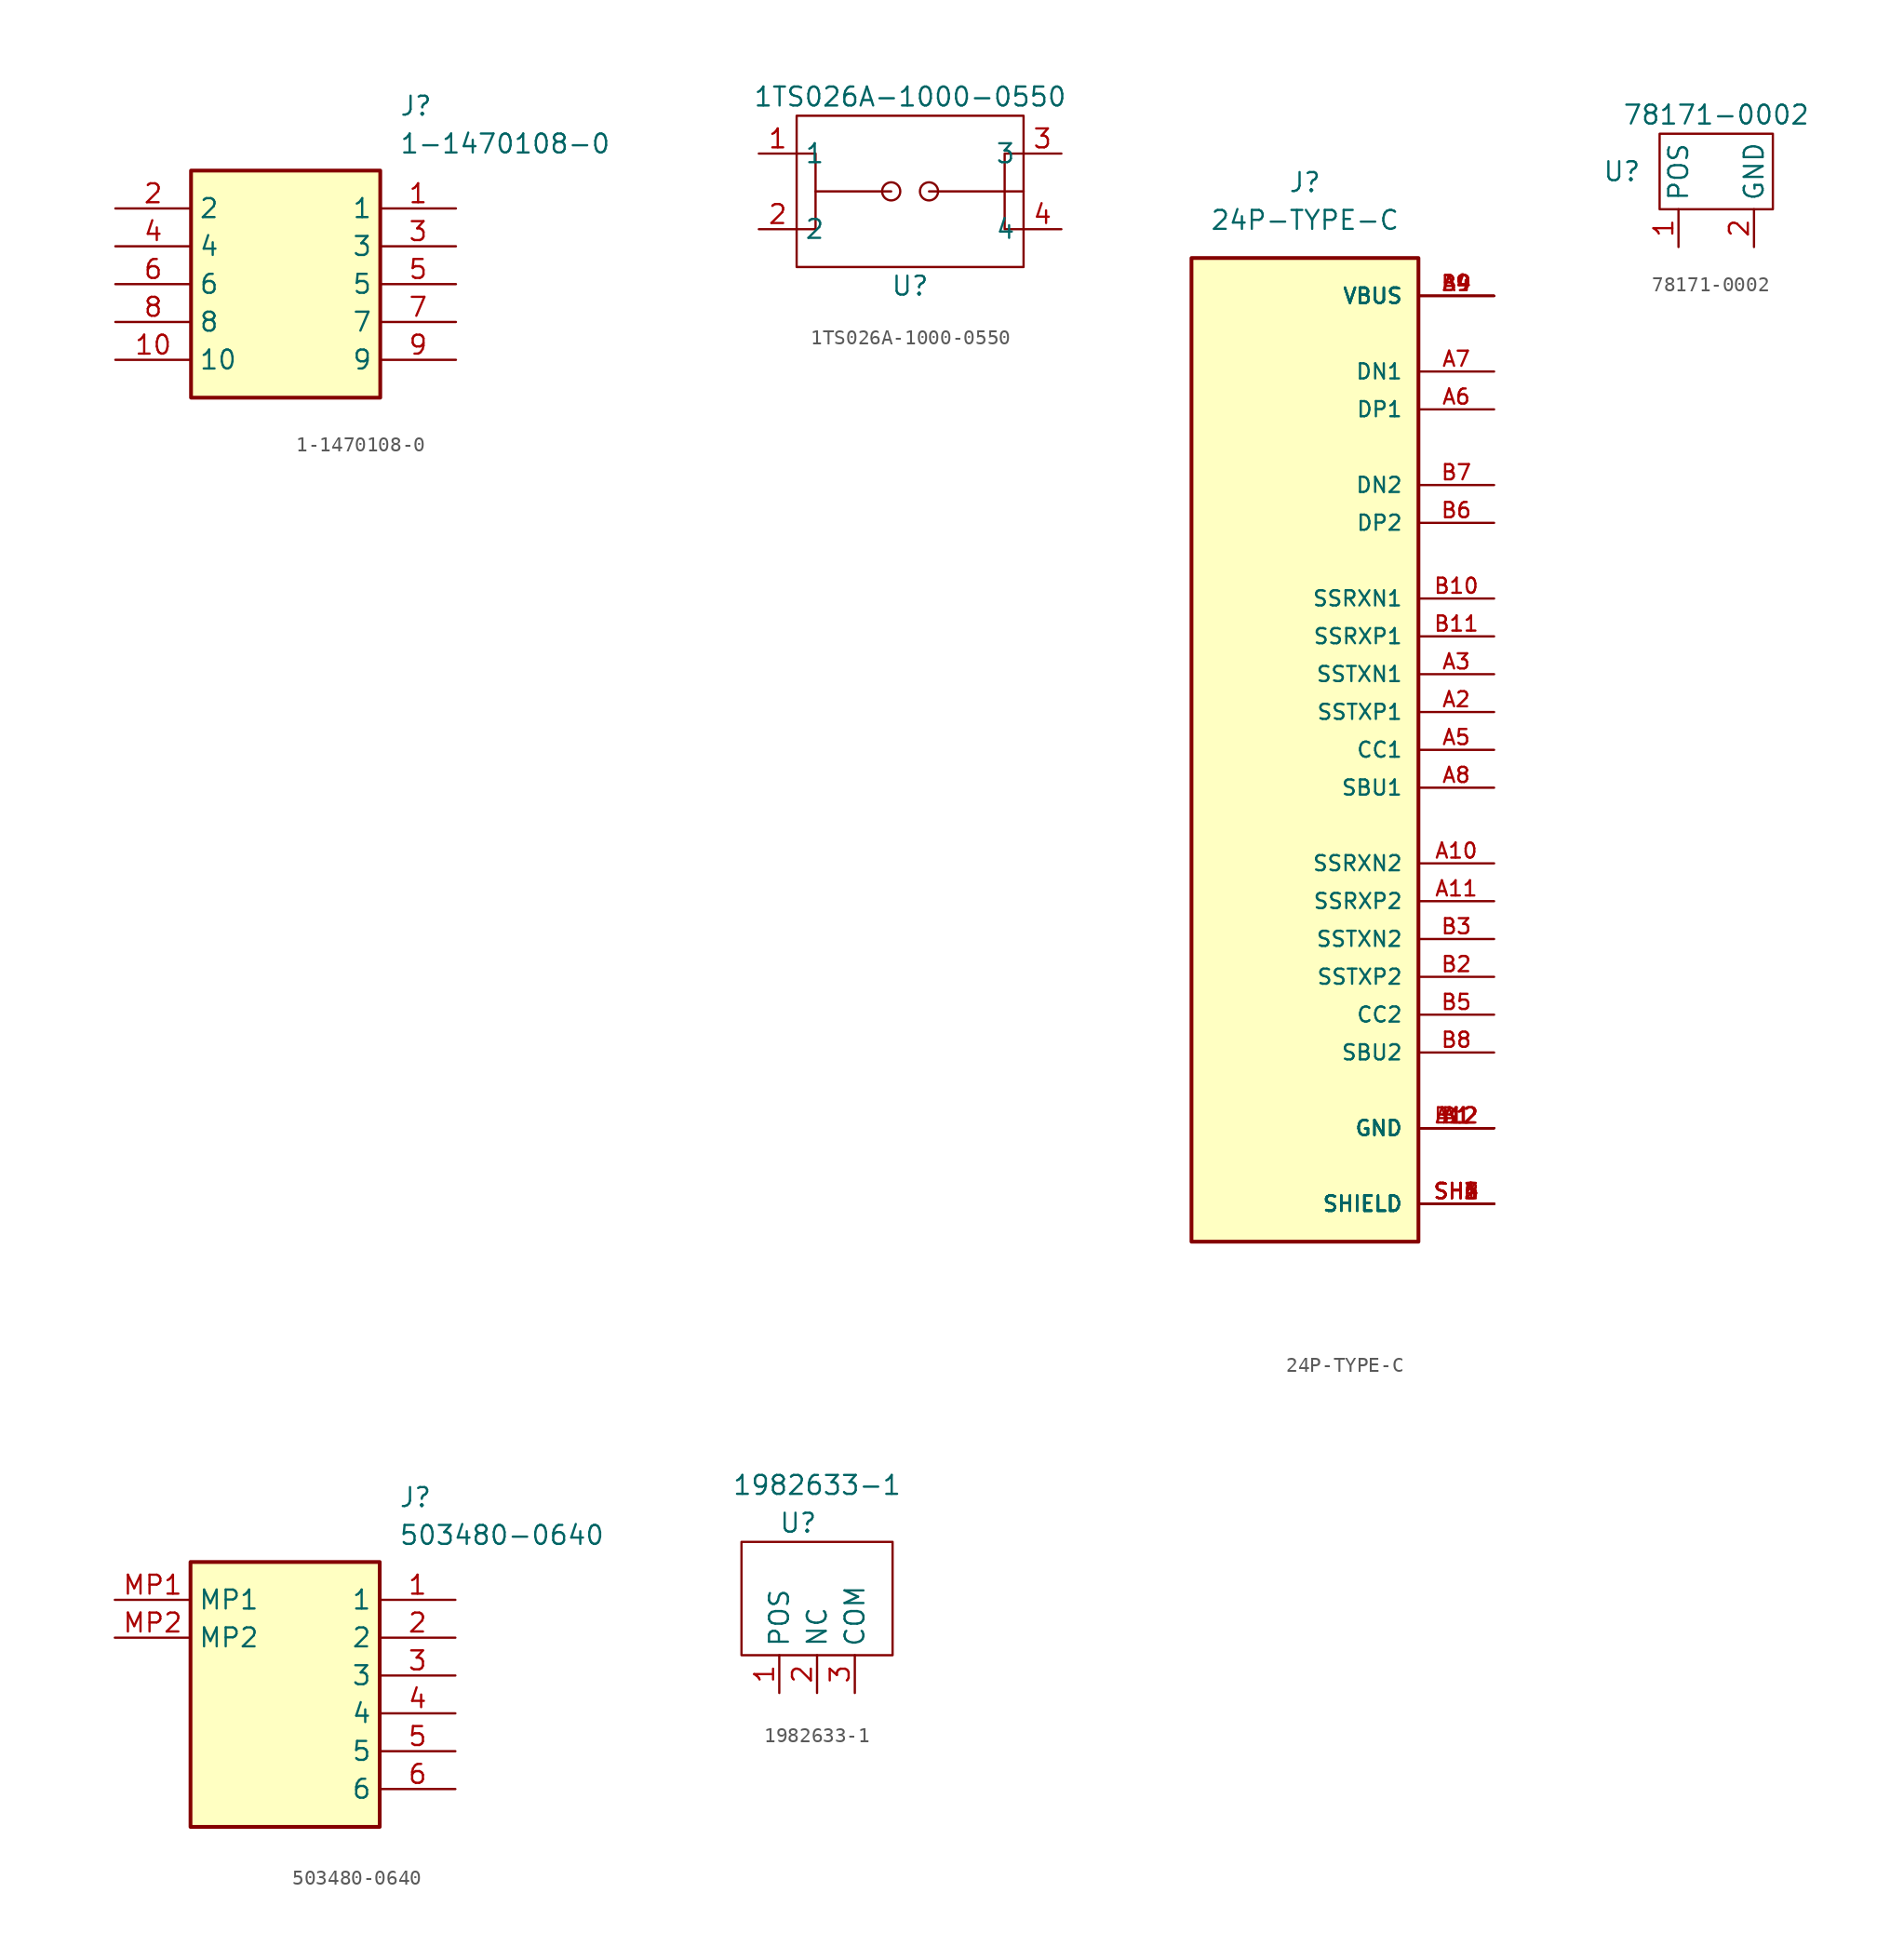
<source format=kicad_sym>
(kicad_symbol_lib
  (version 20241209)
  (generator "kicad_symbol_editor")
  (generator_version "9.0")
  (symbol "1-1470108-0"
    (property "Reference" "J"
      (at 19.05 7.62 0)
      (effects (font (size 1.27 1.27)) (justify left top)))
    (property "Value" "1-1470108-0"
      (at 19.05 5.08 0)
      (effects (font (size 1.27 1.27)) (justify left top)))
    (symbol "1-1470108-0_1_1"
      (rectangle (start 5.08 2.54) (end 17.78 -12.7) (stroke (width 0.254) (type default)) (fill (type background)))
      (pin passive line (at 0 0 0) (length 5.08) (name "2" (effects (font (size 1.27 1.27)))) (number "2" (effects (font (size 1.27 1.27)))))
      (pin passive line (at 0 -2.54 0) (length 5.08) (name "4" (effects (font (size 1.27 1.27)))) (number "4" (effects (font (size 1.27 1.27)))))
      (pin passive line (at 0 -5.08 0) (length 5.08) (name "6" (effects (font (size 1.27 1.27)))) (number "6" (effects (font (size 1.27 1.27)))))
      (pin passive line (at 0 -7.62 0) (length 5.08) (name "8" (effects (font (size 1.27 1.27)))) (number "8" (effects (font (size 1.27 1.27)))))
      (pin passive line (at 0 -10.16 0) (length 5.08) (name "10" (effects (font (size 1.27 1.27)))) (number "10" (effects (font (size 1.27 1.27)))))
      (pin passive line (at 22.86 0 180) (length 5.08) (name "1" (effects (font (size 1.27 1.27)))) (number "1" (effects (font (size 1.27 1.27)))))
      (pin passive line (at 22.86 -2.54 180) (length 5.08) (name "3" (effects (font (size 1.27 1.27)))) (number "3" (effects (font (size 1.27 1.27)))))
      (pin passive line (at 22.86 -5.08 180) (length 5.08) (name "5" (effects (font (size 1.27 1.27)))) (number "5" (effects (font (size 1.27 1.27)))))
      (pin passive line (at 22.86 -7.62 180) (length 5.08) (name "7" (effects (font (size 1.27 1.27)))) (number "7" (effects (font (size 1.27 1.27)))))
      (pin passive line (at 22.86 -10.16 180) (length 5.08) (name "9" (effects (font (size 1.27 1.27)))) (number "9" (effects (font (size 1.27 1.27)))))))
  (symbol "1TS026A-1000-0550"
    (property "Reference" "U"
      (at 0 -6.35 0)
      (effects (font (size 1.27 1.27))))
    (property "Value" "1TS026A-1000-0550"
      (at 0 6.35 0)
      (effects (font (size 1.27 1.27))))
    (symbol "1TS026A-1000-0550_0_1"
      (rectangle (start -7.62 5.08) (end 7.62 -5.08) (stroke (width 0) (type default)) (fill (type none)))
      (polyline (pts (xy -7.62 2.54) (xy -6.35 2.54) (xy -6.35 0) (xy -6.35 -2.54) (xy -7.62 -2.54)) (stroke (width 0) (type default)) (fill (type none)))
      (polyline (pts (xy -6.35 0) (xy -1.27 0)) (stroke (width 0) (type default)) (fill (type none)))
      (circle (center -1.27 0) (radius 0.609) (stroke (width 0) (type default)) (fill (type none)))
      (polyline (pts (xy 1.27 0) (xy 7.62 0)) (stroke (width 0) (type default)) (fill (type none)))
      (circle (center 1.27 0) (radius 0.609) (stroke (width 0) (type default)) (fill (type none)))
      (polyline (pts (xy 7.62 2.54) (xy 6.35 2.54) (xy 6.35 0) (xy 6.35 -2.54) (xy 7.62 -2.54)) (stroke (width 0) (type default)) (fill (type none))))
    (symbol "1TS026A-1000-0550_1_1"
      (pin input line (at -10.16 2.54 0) (length 2.54) (name "1" (effects (font (size 1.27 1.27)))) (number "1" (effects (font (size 1.27 1.27)))))
      (pin input line (at -10.16 -2.54 0) (length 2.54) (name "2" (effects (font (size 1.27 1.27)))) (number "2" (effects (font (size 1.27 1.27)))))
      (pin input line (at 10.16 2.54 180) (length 2.54) (name "3" (effects (font (size 1.27 1.27)))) (number "3" (effects (font (size 1.27 1.27)))))
      (pin input line (at 10.16 -2.54 180) (length 2.54) (name "4" (effects (font (size 1.27 1.27)))) (number "4" (effects (font (size 1.27 1.27)))))))
  (symbol "24P-TYPE-C"
    (pin_names
      (offset 1.016))
    (property "Reference" "J"
      (at 0 38.1 0)
      (effects (font (size 1.27 1.27))))
    (property "Value" "24P-TYPE-C"
      (at 0 35.56 0)
      (effects (font (size 1.27 1.27))))
    (symbol "24P-TYPE-C_0_0"
      (rectangle (start -7.62 -33.02) (end 7.62 33.02) (stroke (width 0.254) (type default)) (fill (type background)))
      (pin power_in line (at 12.7 30.48 180) (length 5.08) (name "VBUS" (effects (font (size 1.016 1.016)))) (number "A4" (effects (font (size 1.016 1.016)))))
      (pin power_in line (at 12.7 30.48 180) (length 5.08) (name "VBUS" (effects (font (size 1.016 1.016)))) (number "A9" (effects (font (size 1.016 1.016)))))
      (pin power_in line (at 12.7 30.48 180) (length 5.08) (name "VBUS" (effects (font (size 1.016 1.016)))) (number "B4" (effects (font (size 1.016 1.016)))))
      (pin power_in line (at 12.7 30.48 180) (length 5.08) (name "VBUS" (effects (font (size 1.016 1.016)))) (number "B9" (effects (font (size 1.016 1.016)))))
      (pin bidirectional line (at 12.7 25.4 180) (length 5.08) (name "DN1" (effects (font (size 1.016 1.016)))) (number "A7" (effects (font (size 1.016 1.016)))))
      (pin bidirectional line (at 12.7 22.86 180) (length 5.08) (name "DP1" (effects (font (size 1.016 1.016)))) (number "A6" (effects (font (size 1.016 1.016)))))
      (pin bidirectional line (at 12.7 17.78 180) (length 5.08) (name "DN2" (effects (font (size 1.016 1.016)))) (number "B7" (effects (font (size 1.016 1.016)))))
      (pin bidirectional line (at 12.7 15.24 180) (length 5.08) (name "DP2" (effects (font (size 1.016 1.016)))) (number "B6" (effects (font (size 1.016 1.016)))))
      (pin bidirectional line (at 12.7 10.16 180) (length 5.08) (name "SSRXN1" (effects (font (size 1.016 1.016)))) (number "B10" (effects (font (size 1.016 1.016)))))
      (pin bidirectional line (at 12.7 7.62 180) (length 5.08) (name "SSRXP1" (effects (font (size 1.016 1.016)))) (number "B11" (effects (font (size 1.016 1.016)))))
      (pin bidirectional line (at 12.7 5.08 180) (length 5.08) (name "SSTXN1" (effects (font (size 1.016 1.016)))) (number "A3" (effects (font (size 1.016 1.016)))))
      (pin bidirectional line (at 12.7 2.54 180) (length 5.08) (name "SSTXP1" (effects (font (size 1.016 1.016)))) (number "A2" (effects (font (size 1.016 1.016)))))
      (pin bidirectional line (at 12.7 0 180) (length 5.08) (name "CC1" (effects (font (size 1.016 1.016)))) (number "A5" (effects (font (size 1.016 1.016)))))
      (pin bidirectional line (at 12.7 -2.54 180) (length 5.08) (name "SBU1" (effects (font (size 1.016 1.016)))) (number "A8" (effects (font (size 1.016 1.016)))))
      (pin bidirectional line (at 12.7 -7.62 180) (length 5.08) (name "SSRXN2" (effects (font (size 1.016 1.016)))) (number "A10" (effects (font (size 1.016 1.016)))))
      (pin bidirectional line (at 12.7 -10.16 180) (length 5.08) (name "SSRXP2" (effects (font (size 1.016 1.016)))) (number "A11" (effects (font (size 1.016 1.016)))))
      (pin bidirectional line (at 12.7 -12.7 180) (length 5.08) (name "SSTXN2" (effects (font (size 1.016 1.016)))) (number "B3" (effects (font (size 1.016 1.016)))))
      (pin bidirectional line (at 12.7 -15.24 180) (length 5.08) (name "SSTXP2" (effects (font (size 1.016 1.016)))) (number "B2" (effects (font (size 1.016 1.016)))))
      (pin bidirectional line (at 12.7 -17.78 180) (length 5.08) (name "CC2" (effects (font (size 1.016 1.016)))) (number "B5" (effects (font (size 1.016 1.016)))))
      (pin bidirectional line (at 12.7 -20.32 180) (length 5.08) (name "SBU2" (effects (font (size 1.016 1.016)))) (number "B8" (effects (font (size 1.016 1.016)))))
      (pin power_in line (at 12.7 -25.4 180) (length 5.08) (name "GND" (effects (font (size 1.016 1.016)))) (number "A1" (effects (font (size 1.016 1.016)))))
      (pin power_in line (at 12.7 -25.4 180) (length 5.08) (name "GND" (effects (font (size 1.016 1.016)))) (number "A12" (effects (font (size 1.016 1.016)))))
      (pin power_in line (at 12.7 -25.4 180) (length 5.08) (name "GND" (effects (font (size 1.016 1.016)))) (number "B1" (effects (font (size 1.016 1.016)))))
      (pin power_in line (at 12.7 -25.4 180) (length 5.08) (name "GND" (effects (font (size 1.016 1.016)))) (number "B12" (effects (font (size 1.016 1.016)))))
      (pin power_in line (at 12.7 -30.48 180) (length 5.08) (name "SHIELD" (effects (font (size 1.016 1.016)))) (number "SH1" (effects (font (size 1.016 1.016)))))
      (pin power_in line (at 12.7 -30.48 180) (length 5.08) (name "SHIELD" (effects (font (size 1.016 1.016)))) (number "SH2" (effects (font (size 1.016 1.016)))))
      (pin power_in line (at 12.7 -30.48 180) (length 5.08) (name "SHIELD" (effects (font (size 1.016 1.016)))) (number "SH3" (effects (font (size 1.016 1.016)))))
      (pin power_in line (at 12.7 -30.48 180) (length 5.08) (name "SHIELD" (effects (font (size 1.016 1.016)))) (number "SH4" (effects (font (size 1.016 1.016)))))
      (pin power_in line (at 12.7 -30.48 180) (length 5.08) (name "SHIELD" (effects (font (size 1.016 1.016)))) (number "SH5" (effects (font (size 1.016 1.016)))))
      (pin power_in line (at 12.7 -30.48 180) (length 5.08) (name "SHIELD" (effects (font (size 1.016 1.016)))) (number "SH6" (effects (font (size 1.016 1.016)))))))
  (symbol "78171-0002"
    (property "Reference" "U"
      (at -6.35 0 0)
      (effects (font (size 1.27 1.27))))
    (property "Value" "78171-0002"
      (at 0 3.81 0)
      (effects (font (size 1.27 1.27))))
    (symbol "78171-0002_0_1"
      (rectangle (start -3.81 2.54) (end 3.81 -2.54) (stroke (width 0) (type default)) (fill (type none))))
    (symbol "78171-0002_1_1"
      (pin power_out line (at -2.54 -5.08 90) (length 2.54) (name "POS" (effects (font (size 1.27 1.27)))) (number "1" (effects (font (size 1.27 1.27)))))
      (pin no_connect line (at 1.27 6.35 180) (length 2.54) (hide yes) (name "NC" (effects (font (size 1.27 1.27)))) (number "3" (effects (font (size 1.27 1.27)))))
      (pin power_in line (at 2.54 -5.08 90) (length 2.54) (name "GND" (effects (font (size 1.27 1.27)))) (number "2" (effects (font (size 1.27 1.27)))))))
  (symbol "503480-0640"
    (property "Reference" "J"
      (at 19.05 7.62 0)
      (effects (font (size 1.27 1.27)) (justify left top)))
    (property "Value" "503480-0640"
      (at 19.05 5.08 0)
      (effects (font (size 1.27 1.27)) (justify left top)))
    (symbol "503480-0640_1_1"
      (rectangle (start 5.08 2.54) (end 17.78 -15.24) (stroke (width 0.254) (type default)) (fill (type background)))
      (pin passive line (at 0 0 0) (length 5.08) (name "MP1" (effects (font (size 1.27 1.27)))) (number "MP1" (effects (font (size 1.27 1.27)))))
      (pin passive line (at 0 -2.54 0) (length 5.08) (name "MP2" (effects (font (size 1.27 1.27)))) (number "MP2" (effects (font (size 1.27 1.27)))))
      (pin passive line (at 22.86 0 180) (length 5.08) (name "1" (effects (font (size 1.27 1.27)))) (number "1" (effects (font (size 1.27 1.27)))))
      (pin passive line (at 22.86 -2.54 180) (length 5.08) (name "2" (effects (font (size 1.27 1.27)))) (number "2" (effects (font (size 1.27 1.27)))))
      (pin passive line (at 22.86 -5.08 180) (length 5.08) (name "3" (effects (font (size 1.27 1.27)))) (number "3" (effects (font (size 1.27 1.27)))))
      (pin passive line (at 22.86 -7.62 180) (length 5.08) (name "4" (effects (font (size 1.27 1.27)))) (number "4" (effects (font (size 1.27 1.27)))))
      (pin passive line (at 22.86 -10.16 180) (length 5.08) (name "5" (effects (font (size 1.27 1.27)))) (number "5" (effects (font (size 1.27 1.27)))))
      (pin passive line (at 22.86 -12.7 180) (length 5.08) (name "6" (effects (font (size 1.27 1.27)))) (number "6" (effects (font (size 1.27 1.27)))))))
  (symbol "1982633-1"
    (property "Reference" "U"
      (at -1.27 5.08 0)
      (effects (font (size 1.27 1.27))))
    (property "Value" "1982633-1"
      (at 0 7.62 0)
      (effects (font (size 1.27 1.27))))
    (symbol "1982633-1_0_1"
      (rectangle (start -5.08 3.81) (end 5.08 -3.81) (stroke (width 0) (type default)) (fill (type none))))
    (symbol "1982633-1_1_1"
      (pin input line (at -2.54 -6.35 90) (length 2.54) (name "POS" (effects (font (size 1.27 1.27)))) (number "1" (effects (font (size 1.27 1.27)))))
      (pin input line (at 0 -6.35 90) (length 2.54) (name "NC" (effects (font (size 1.27 1.27)))) (number "2" (effects (font (size 1.27 1.27)))))
      (pin input line (at 2.54 -6.35 90) (length 2.54) (name "COM" (effects (font (size 1.27 1.27)))) (number "3" (effects (font (size 1.27 1.27))))))))
</source>
